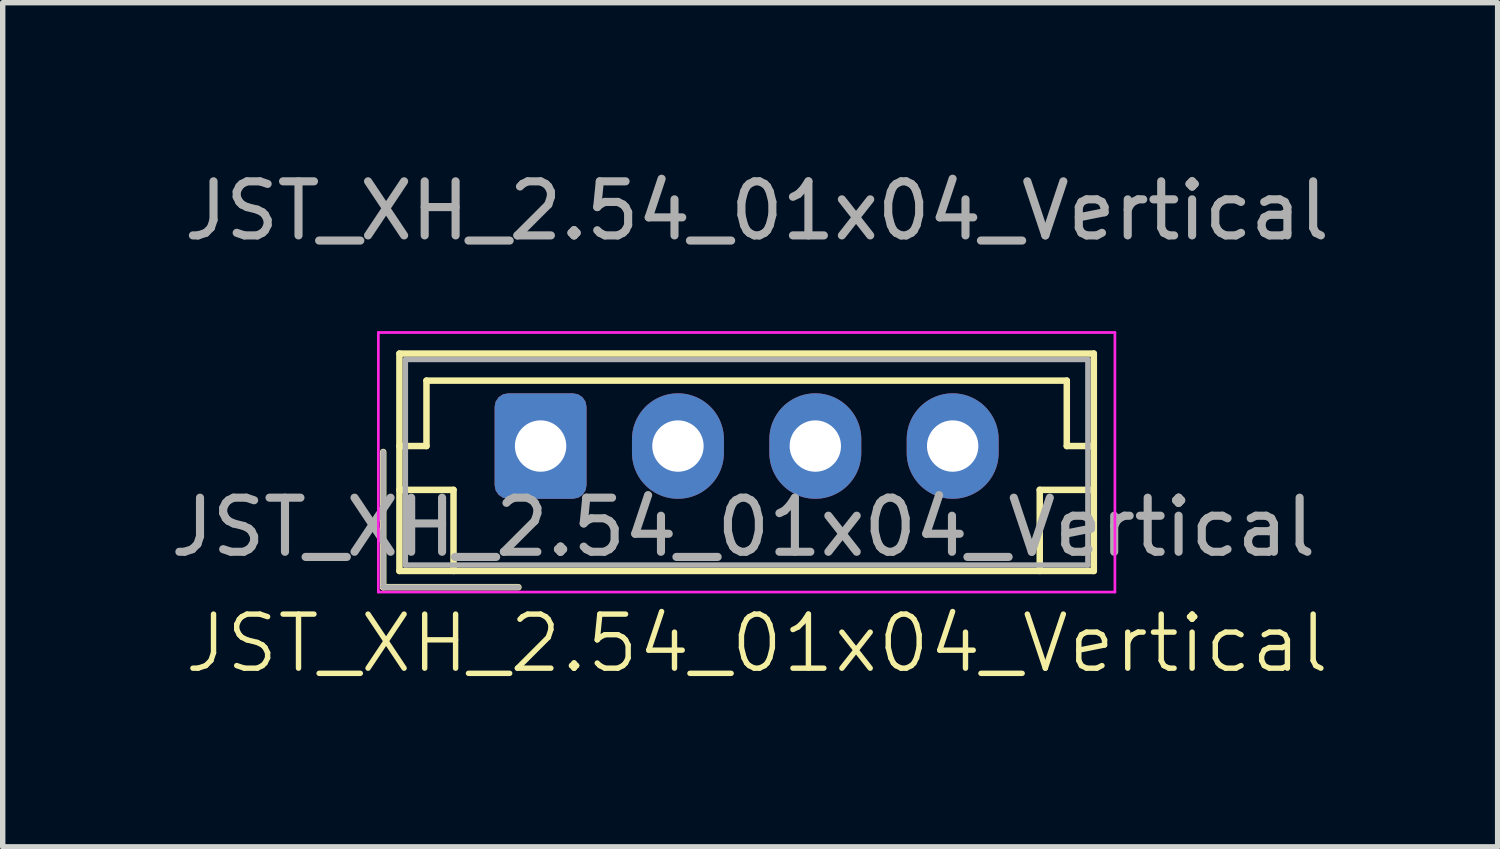
<source format=kicad_pcb>
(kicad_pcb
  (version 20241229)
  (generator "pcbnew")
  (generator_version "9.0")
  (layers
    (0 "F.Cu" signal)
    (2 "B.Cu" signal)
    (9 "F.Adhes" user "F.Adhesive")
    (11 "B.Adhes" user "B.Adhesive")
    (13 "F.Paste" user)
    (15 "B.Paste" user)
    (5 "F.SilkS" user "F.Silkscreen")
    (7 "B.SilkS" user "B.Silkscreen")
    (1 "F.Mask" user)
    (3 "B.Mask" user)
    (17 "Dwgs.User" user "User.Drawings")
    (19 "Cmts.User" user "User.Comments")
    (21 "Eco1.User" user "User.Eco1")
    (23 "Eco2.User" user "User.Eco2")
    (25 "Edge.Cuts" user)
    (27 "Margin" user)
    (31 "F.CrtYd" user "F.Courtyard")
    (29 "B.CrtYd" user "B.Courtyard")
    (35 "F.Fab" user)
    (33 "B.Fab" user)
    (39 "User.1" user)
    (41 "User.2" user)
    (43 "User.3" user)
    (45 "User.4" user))
  (footprint "JST_XH_2.54_01x04_Vertical"
    (layer "F.Cu")
    (at 3.946 3.098)
    (property "Reference" "JST_XH_2.54_01x04_Vertical" (at 7 5.75 0) (unlocked yes) (layer "F.SilkS") (effects (font (size 1 1) (thickness 0.1))))
    (attr through_hole)
    (fp_line (start 0.09 2.21) (end 0.09 4.71) (stroke (width 0.12) (type solid)) (layer "F.SilkS"))
    (fp_line (start 0.09 4.71) (end 2.59 4.71) (stroke (width 0.12) (type solid)) (layer "F.SilkS"))
    (fp_line (start 0.39 0.39) (end 0.39 4.41) (stroke (width 0.12) (type solid)) (layer "F.SilkS"))
    (fp_line (start 0.39 2.1) (end 0.89 2.1) (stroke (width 0.12) (type solid)) (layer "F.SilkS"))
    (fp_line (start 0.39 2.91) (end 1.39 2.91) (stroke (width 0.12) (type solid)) (layer "F.SilkS"))
    (fp_line (start 0.39 4.41) (end 13.23 4.41) (stroke (width 0.12) (type solid)) (layer "F.SilkS"))
    (fp_line (start 0.89 0.89) (end 12.73 0.89) (stroke (width 0.12) (type solid)) (layer "F.SilkS"))
    (fp_line (start 0.89 2.1) (end 0.89 0.89) (stroke (width 0.12) (type solid)) (layer "F.SilkS"))
    (fp_line (start 1.39 2.91) (end 1.39 4.41) (stroke (width 0.12) (type solid)) (layer "F.SilkS"))
    (fp_line (start 12.23 2.91) (end 12.23 4.41) (stroke (width 0.12) (type solid)) (layer "F.SilkS"))
    (fp_line (start 12.73 0.89) (end 12.73 2.1) (stroke (width 0.12) (type solid)) (layer "F.SilkS"))
    (fp_line (start 12.73 2.1) (end 13.23 2.1) (stroke (width 0.12) (type solid)) (layer "F.SilkS"))
    (fp_line (start 13.23 0.39) (end 0.39 0.39) (stroke (width 0.12) (type solid)) (layer "F.SilkS"))
    (fp_line (start 13.23 2.91) (end 12.23 2.91) (stroke (width 0.12) (type solid)) (layer "F.SilkS"))
    (fp_line (start 13.23 4.41) (end 13.23 0.39) (stroke (width 0.12) (type solid)) (layer "F.SilkS"))
    (fp_line (start 0 0) (end 0 4.8) (stroke (width 0.05) (type solid)) (layer "F.CrtYd"))
    (fp_line (start 0 4.8) (end 13.62 4.8) (stroke (width 0.05) (type solid)) (layer "F.CrtYd"))
    (fp_line (start 13.62 0) (end 0 0) (stroke (width 0.05) (type solid)) (layer "F.CrtYd"))
    (fp_line (start 13.62 4.8) (end 13.62 0) (stroke (width 0.05) (type solid)) (layer "F.CrtYd"))
    (fp_line (start 0.09 2.21) (end 0.09 4.71) (stroke (width 0.1) (type solid)) (layer "F.Fab"))
    (fp_line (start 0.09 4.71) (end 2.59 4.71) (stroke (width 0.1) (type solid)) (layer "F.Fab"))
    (fp_line (start 0.5 0.5) (end 0.5 4.3) (stroke (width 0.1) (type solid)) (layer "F.Fab"))
    (fp_line (start 0.5 4.3) (end 13.12 4.3) (stroke (width 0.1) (type solid)) (layer "F.Fab"))
    (fp_line (start 13.12 0.5) (end 0.5 0.5) (stroke (width 0.1) (type solid)) (layer "F.Fab"))
    (fp_line (start 13.12 4.3) (end 13.12 0.5) (stroke (width 0.1) (type solid)) (layer "F.Fab"))
    (fp_text user "${REFERENCE}" (at 6.75 3.6 0) (layer "F.Fab") (effects (font (size 1 1) (thickness 0.15))))
    (fp_text user "${REFERENCE}" (at 7 -2.25 0) (unlocked yes) (layer "F.Fab") (effects (font (size 1 1) (thickness 0.15))))
    (pad "1" thru_hole roundrect (at 3 2.1) (size 1.7 1.95) (drill 0.95) (layers "*.Cu" "*.Mask") (roundrect_rratio 0.147))
    (pad "2" thru_hole oval (at 5.54 2.1) (size 1.7 1.95) (drill 0.95) (layers "*.Cu" "*.Mask"))
    (pad "3" thru_hole oval (at 8.08 2.1) (size 1.7 1.95) (drill 0.95) (layers "*.Cu" "*.Mask"))
    (pad "4" thru_hole oval (at 10.62 2.1) (size 1.7 1.95) (drill 0.95) (layers "*.Cu" "*.Mask")))
  (gr_rect
    (start -3 -3)
    (end 24.643 12.609)
    (stroke (width 0.1) (type default))
    (fill no)
    (layer "Edge.Cuts")))
</source>
